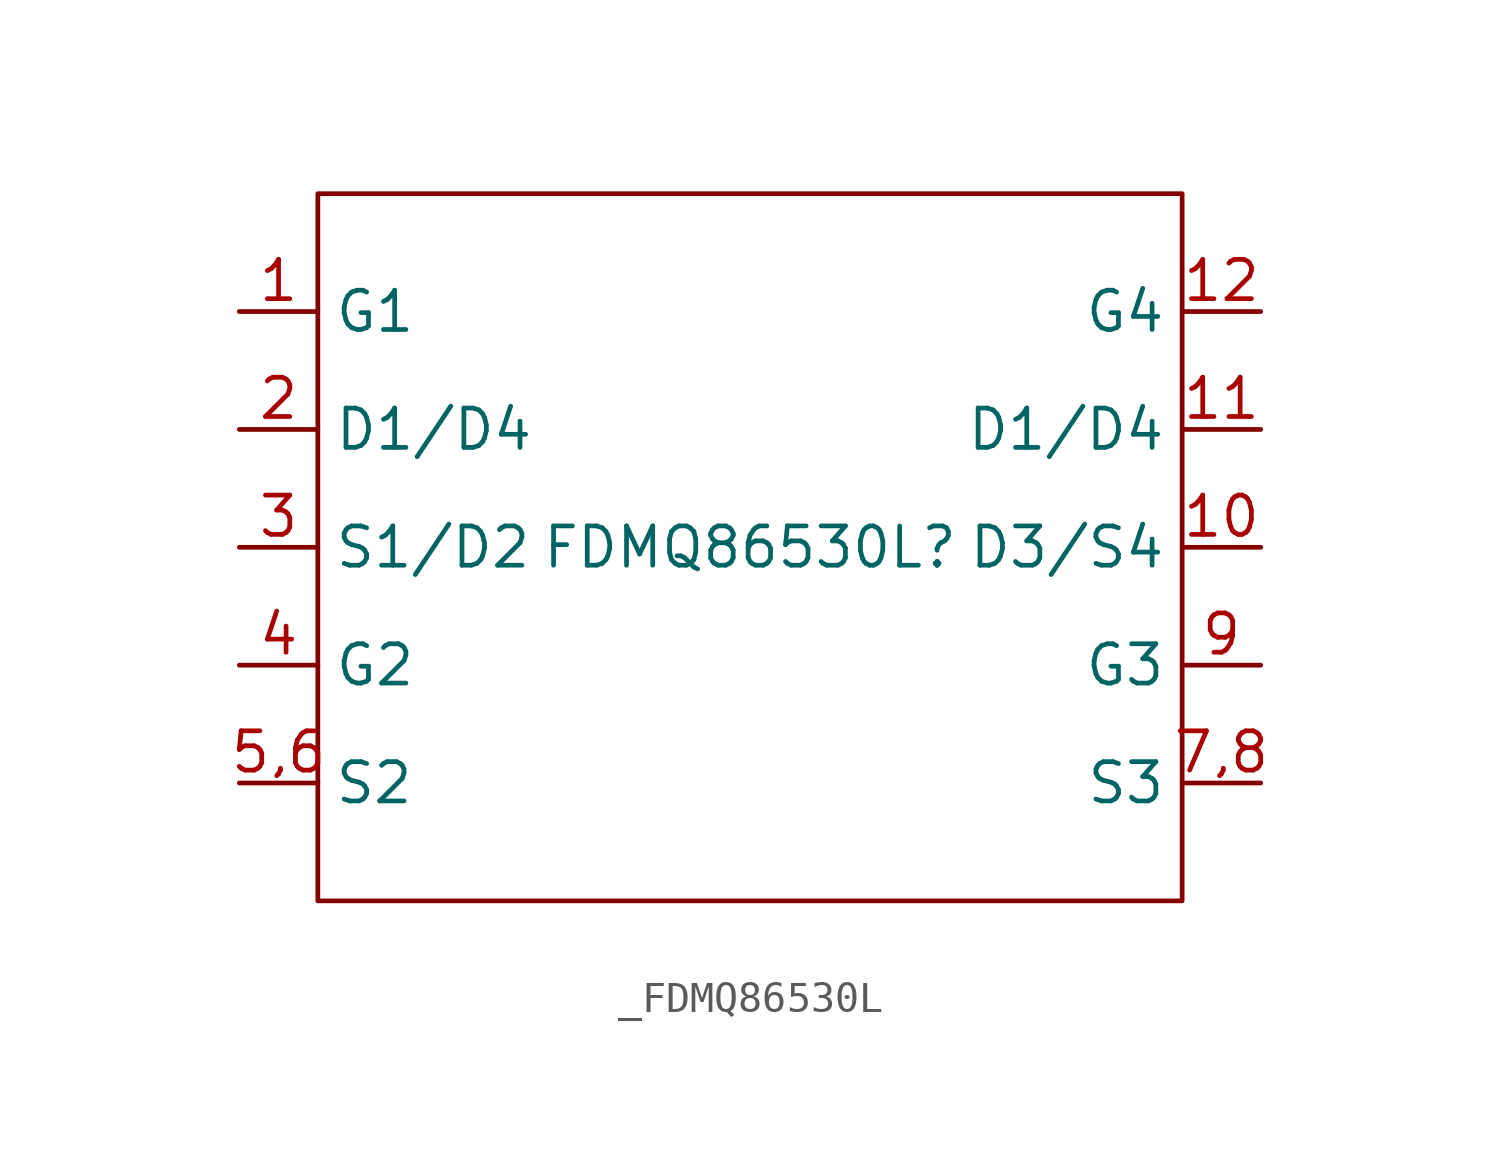
<source format=kicad_sym>
(kicad_symbol_lib
  (version 20231120)
  (generator "kicad_symbol_editor")
  (generator_version "8.0")
  (symbol "_FDMQ86530L"
    (property "Reference" "FDMQ86530L"
      (at 0 0 0)
      (effects (font (size 1.27 1.27))))
    (property "Value" ""
      (at 0 0 0)
      (effects (font (size 1.27 1.27))))
    (symbol "_FDMQ86530L_0_1"
      (rectangle (start -13.97 11.43) (end 13.97 -11.43) (stroke (width 0) (type default)) (fill (type none))))
    (symbol "_FDMQ86530L_1_1"
      (pin power_in line (at -16.51 7.62 0) (length 2.54) (name "G1" (effects (font (size 1.27 1.27)))) (number "1" (effects (font (size 1.27 1.27)))))
      (pin power_in line (at 16.51 0 180) (length 2.54) (name "D3/S4" (effects (font (size 1.27 1.27)))) (number "10" (effects (font (size 1.27 1.27)))))
      (pin power_in line (at 16.51 3.81 180) (length 2.54) (name "D1/D4" (effects (font (size 1.27 1.27)))) (number "11" (effects (font (size 1.27 1.27)))))
      (pin power_in line (at 16.51 7.62 180) (length 2.54) (name "G4" (effects (font (size 1.27 1.27)))) (number "12" (effects (font (size 1.27 1.27)))))
      (pin power_in line (at -16.51 3.81 0) (length 2.54) (name "D1/D4" (effects (font (size 1.27 1.27)))) (number "2" (effects (font (size 1.27 1.27)))))
      (pin power_in line (at -16.51 0 0) (length 2.54) (name "S1/D2" (effects (font (size 1.27 1.27)))) (number "3" (effects (font (size 1.27 1.27)))))
      (pin power_in line (at -16.51 -3.81 0) (length 2.54) (name "G2" (effects (font (size 1.27 1.27)))) (number "4" (effects (font (size 1.27 1.27)))))
      (pin power_in line (at -16.51 -7.62 0) (length 2.54) (name "S2" (effects (font (size 1.27 1.27)))) (number "5,6" (effects (font (size 1.27 1.27)))))
      (pin power_in line (at 16.51 -7.62 180) (length 2.54) (name "S3" (effects (font (size 1.27 1.27)))) (number "7,8" (effects (font (size 1.27 1.27)))))
      (pin power_in line (at 16.51 -3.81 180) (length 2.54) (name "G3" (effects (font (size 1.27 1.27)))) (number "9" (effects (font (size 1.27 1.27))))))))
</source>
